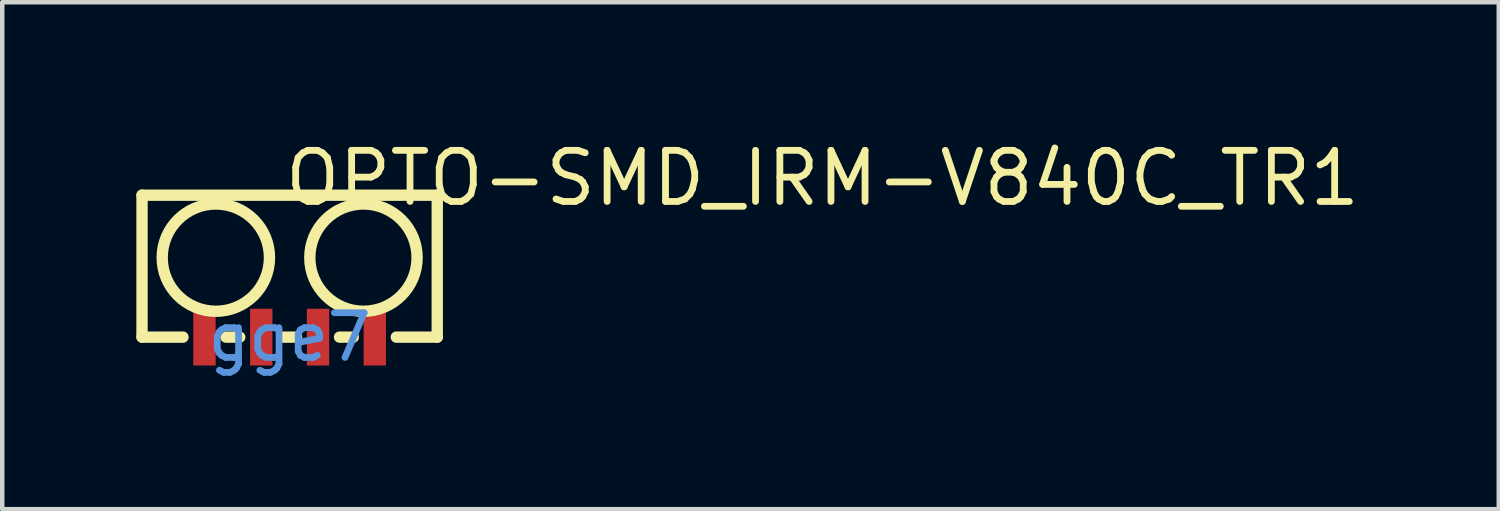
<source format=kicad_pcb>
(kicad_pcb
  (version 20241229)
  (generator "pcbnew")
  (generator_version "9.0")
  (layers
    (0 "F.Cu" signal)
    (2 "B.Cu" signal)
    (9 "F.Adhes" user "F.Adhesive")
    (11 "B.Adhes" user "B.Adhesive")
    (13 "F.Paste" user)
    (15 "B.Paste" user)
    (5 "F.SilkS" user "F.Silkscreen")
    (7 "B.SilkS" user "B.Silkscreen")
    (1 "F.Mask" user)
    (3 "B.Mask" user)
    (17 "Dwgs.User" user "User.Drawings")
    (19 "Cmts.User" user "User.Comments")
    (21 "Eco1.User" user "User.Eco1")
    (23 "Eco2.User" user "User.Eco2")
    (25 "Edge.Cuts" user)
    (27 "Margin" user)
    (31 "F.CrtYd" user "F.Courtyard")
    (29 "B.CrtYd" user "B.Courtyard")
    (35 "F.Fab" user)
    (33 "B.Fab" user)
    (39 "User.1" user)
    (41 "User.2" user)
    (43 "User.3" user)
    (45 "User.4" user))
  (footprint "OPTO-SMD_IRM-V840C_TR1"
    (layer "F.Cu")
    (at 3.429 4.491)
    (property "Reference" "OPTO-SMD_IRM-V840C_TR1" (at -0.183 -3.556 0) (layer "F.SilkS") (effects (font (size 1.143 1.143) (thickness 0.152)) (justify left)))
    (attr smd)
    (fp_line (start -3.302 -3.175) (end -3.302 0) (stroke (width 0.254) (type solid)) (layer "F.SilkS"))
    (fp_line (start -3.302 0) (end -2.386 0) (stroke (width 0.254) (type solid)) (layer "F.SilkS"))
    (fp_line (start -1.424 0) (end -1.116 0) (stroke (width 0.254) (type solid)) (layer "F.SilkS"))
    (fp_line (start -0.154 0) (end 0.154 0) (stroke (width 0.254) (type solid)) (layer "F.SilkS"))
    (fp_line (start 1.116 0) (end 1.424 0) (stroke (width 0.254) (type solid)) (layer "F.SilkS"))
    (fp_line (start 2.386 0) (end 3.302 0) (stroke (width 0.254) (type solid)) (layer "F.SilkS"))
    (fp_line (start 3.302 -3.175) (end -3.302 -3.175) (stroke (width 0.254) (type solid)) (layer "F.SilkS"))
    (fp_line (start 3.302 0) (end 3.302 -3.175) (stroke (width 0.254) (type solid)) (layer "F.SilkS"))
    (fp_circle (center -1.651 -1.778) (end -0.451 -1.778) (stroke (width 0.254) (type solid)) (fill no) (layer "F.SilkS"))
    (fp_circle (center 1.651 -1.778) (end 2.851 -1.778) (stroke (width 0.254) (type solid)) (fill no) (layer "F.SilkS"))
    (fp_text user "gge7" (at 0 0 0) (layer "Cmts.User") (effects (font (size 1 1) (thickness 0.15))))
    (pad "1" smd rect (at -1.905 0) (size 0.5 1.27) (layers "F.Cu" "F.Mask" "F.Paste"))
    (pad "2" smd rect (at -0.635 0) (size 0.5 1.27) (layers "F.Cu" "F.Mask" "F.Paste"))
    (pad "3" smd rect (at 0.635 0) (size 0.5 1.27) (layers "F.Cu" "F.Mask" "F.Paste"))
    (pad "4" smd rect (at 1.905 0) (size 0.5 1.27) (layers "F.Cu" "F.Mask" "F.Paste")))
  (gr_rect
    (start -3 -3)
    (end 30.476 8.34)
    (stroke (width 0.1) (type default))
    (fill no)
    (layer "Edge.Cuts")))
</source>
